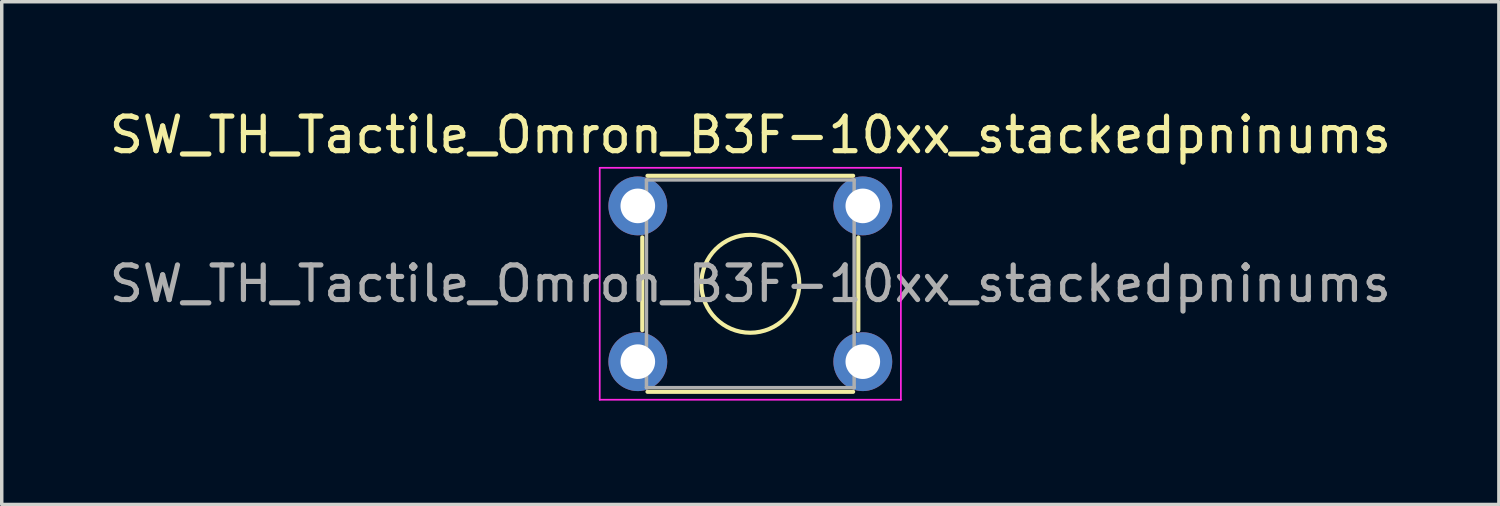
<source format=kicad_pcb>
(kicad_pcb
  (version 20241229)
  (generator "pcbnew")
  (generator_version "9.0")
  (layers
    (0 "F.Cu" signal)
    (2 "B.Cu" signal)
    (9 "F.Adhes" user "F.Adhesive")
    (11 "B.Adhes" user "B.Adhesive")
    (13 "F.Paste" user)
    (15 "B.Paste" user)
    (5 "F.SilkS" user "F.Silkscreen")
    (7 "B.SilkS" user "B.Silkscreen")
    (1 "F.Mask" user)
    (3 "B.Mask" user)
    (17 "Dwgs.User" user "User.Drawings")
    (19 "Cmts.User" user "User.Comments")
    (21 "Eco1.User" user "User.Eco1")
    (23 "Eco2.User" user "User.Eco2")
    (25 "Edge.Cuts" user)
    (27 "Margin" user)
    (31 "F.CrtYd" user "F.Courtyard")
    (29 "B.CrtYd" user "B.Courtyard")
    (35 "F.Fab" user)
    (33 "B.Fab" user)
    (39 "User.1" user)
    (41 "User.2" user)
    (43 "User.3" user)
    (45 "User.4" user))
  (footprint "SW_TH_Tactile_Omron_B3F-10xx_stackedpninums"
    (layer "F.Cu")
    (at 15.375 2.898)
    (property "Reference" "SW_TH_Tactile_Omron_B3F-10xx_stackedpninums" (at 3.25 -2.05 0) (layer "F.SilkS") (effects (font (size 1 1) (thickness 0.15))))
    (attr through_hole)
    (fp_line (start 0.13 3.59) (end 0.13 0.91) (stroke (width 0.12) (type solid)) (layer "F.SilkS"))
    (fp_line (start 0.28 -0.87) (end 6.22 -0.87) (stroke (width 0.12) (type solid)) (layer "F.SilkS"))
    (fp_line (start 0.28 5.37) (end 6.22 5.37) (stroke (width 0.12) (type solid)) (layer "F.SilkS"))
    (fp_line (start 6.37 0.91) (end 6.37 3.59) (stroke (width 0.12) (type solid)) (layer "F.SilkS"))
    (fp_circle (center 3.25 2.25) (end 4.25 3.25) (stroke (width 0.12) (type solid)) (fill no) (layer "F.SilkS"))
    (fp_line (start -1.1 -1.1) (end -1.1 5.6) (stroke (width 0.05) (type solid)) (layer "F.CrtYd"))
    (fp_line (start -1.1 -1.1) (end 7.6 -1.1) (stroke (width 0.05) (type solid)) (layer "F.CrtYd"))
    (fp_line (start -1.1 5.6) (end 7.6 5.6) (stroke (width 0.05) (type solid)) (layer "F.CrtYd"))
    (fp_line (start 7.6 5.6) (end 7.6 -1.1) (stroke (width 0.05) (type solid)) (layer "F.CrtYd"))
    (fp_line (start 0.25 -0.75) (end 0.25 5.25) (stroke (width 0.1) (type solid)) (layer "F.Fab"))
    (fp_line (start 0.25 -0.75) (end 6.25 -0.75) (stroke (width 0.1) (type solid)) (layer "F.Fab"))
    (fp_line (start 0.25 5.25) (end 6.25 5.25) (stroke (width 0.1) (type solid)) (layer "F.Fab"))
    (fp_line (start 6.25 -0.75) (end 6.25 5.25) (stroke (width 0.1) (type solid)) (layer "F.Fab"))
    (fp_text user "${REFERENCE}" (at 3.25 2.25 0) (layer "F.Fab") (effects (font (size 1 1) (thickness 0.15))))
    (pad "1" thru_hole circle (at 0 0) (size 1.7 1.7) (drill 1) (layers "*.Cu" "*.Mask"))
    (pad "1" thru_hole circle (at 6.5 0) (size 1.7 1.7) (drill 1) (layers "*.Cu" "*.Mask"))
    (pad "2" thru_hole circle (at 0 4.5) (size 1.7 1.7) (drill 1) (layers "*.Cu" "*.Mask"))
    (pad "2" thru_hole circle (at 6.5 4.5) (size 1.7 1.7) (drill 1) (layers "*.Cu" "*.Mask")))
  (gr_rect
    (start -3 -3)
    (end 40.25 11.523)
    (stroke (width 0.1) (type default))
    (fill no)
    (layer "Edge.Cuts")))
</source>
